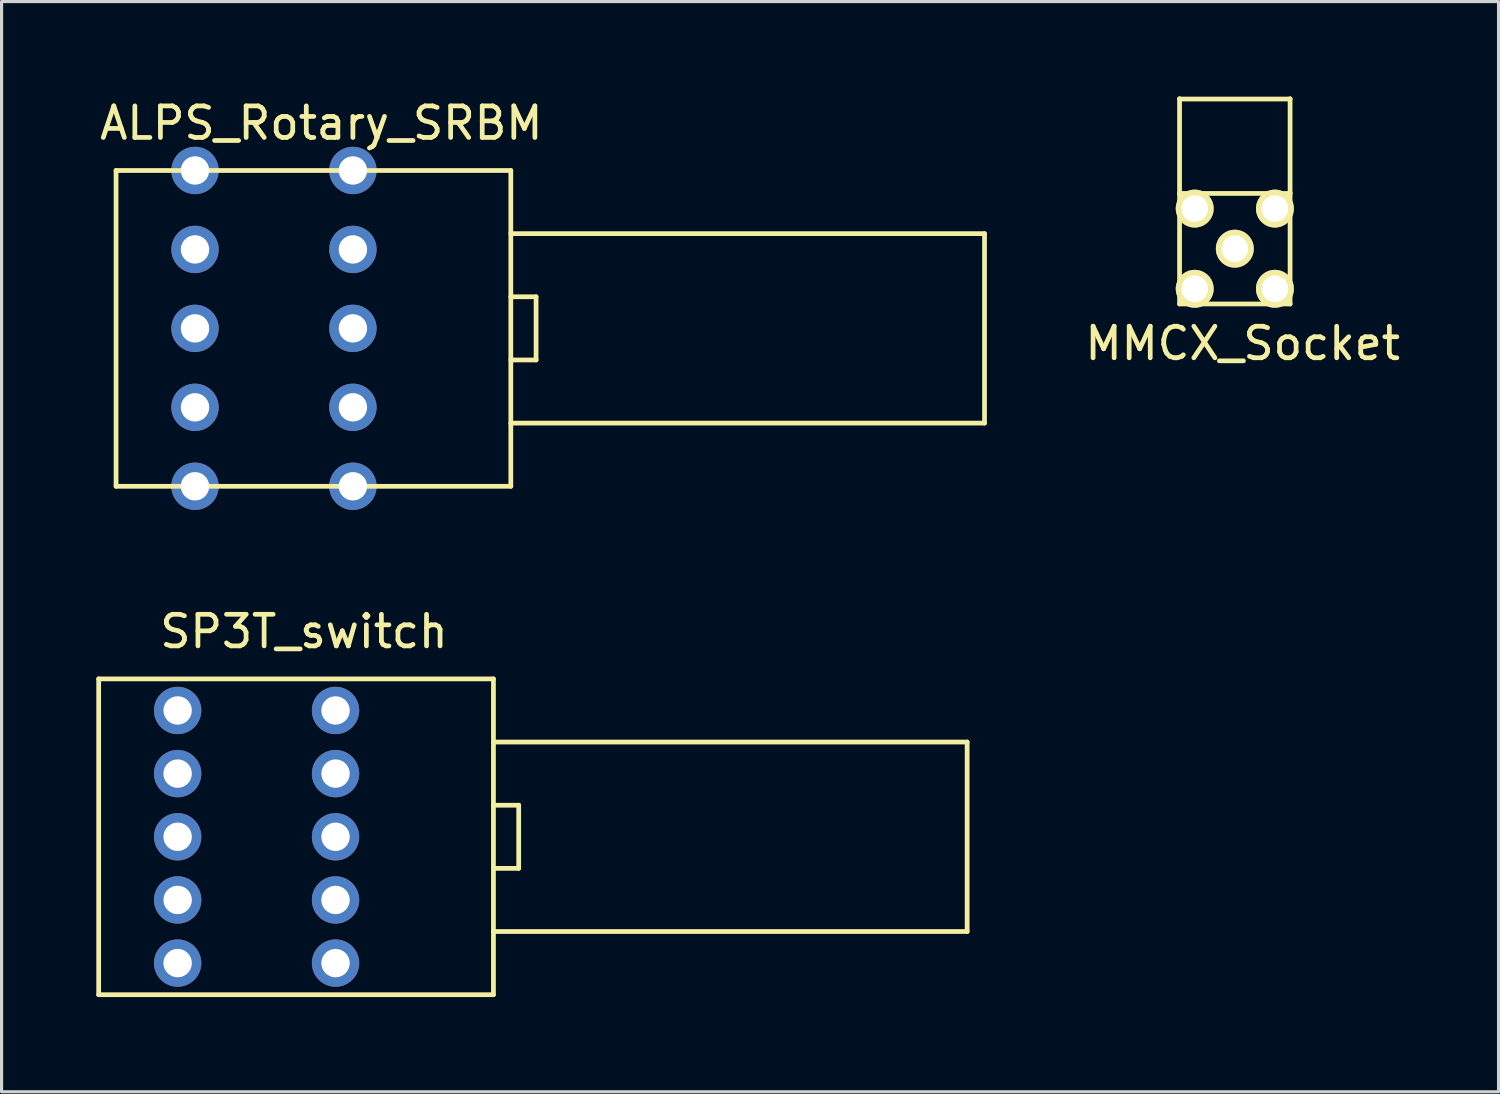
<source format=kicad_pcb>
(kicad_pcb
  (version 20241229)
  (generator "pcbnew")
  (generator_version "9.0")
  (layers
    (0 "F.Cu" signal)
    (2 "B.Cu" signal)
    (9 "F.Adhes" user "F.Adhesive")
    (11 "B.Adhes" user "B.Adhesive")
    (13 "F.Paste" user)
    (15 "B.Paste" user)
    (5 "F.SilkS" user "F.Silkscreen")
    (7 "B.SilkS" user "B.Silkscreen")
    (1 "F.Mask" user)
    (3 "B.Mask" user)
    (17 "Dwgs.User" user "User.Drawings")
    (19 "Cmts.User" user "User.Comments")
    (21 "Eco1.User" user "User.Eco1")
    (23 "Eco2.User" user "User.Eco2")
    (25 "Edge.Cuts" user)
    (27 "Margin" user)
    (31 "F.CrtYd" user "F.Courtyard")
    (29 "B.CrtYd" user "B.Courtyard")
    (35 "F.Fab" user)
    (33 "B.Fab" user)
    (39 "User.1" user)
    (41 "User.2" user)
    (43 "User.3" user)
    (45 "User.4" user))
  (footprint "MMCX_Socket"
    (layer "F.Cu")
    (at 36.051 4.825)
    (property "Reference" "MMCX_Socket" (at 0.25 3 0) (layer "F.SilkS") (effects (font (size 1 1) (thickness 0.15))))
    (attr through_hole)
    (fp_line (start -1.75 -4.75) (end -1.75 -1.75) (stroke (width 0.15) (type solid)) (layer "F.SilkS"))
    (fp_line (start -1.75 -1.75) (end -1.75 1.75) (stroke (width 0.15) (type solid)) (layer "F.SilkS"))
    (fp_line (start -1.75 1.75) (end 1.75 1.75) (stroke (width 0.15) (type solid)) (layer "F.SilkS"))
    (fp_line (start 1.75 -4.75) (end 1.75 -1.75) (stroke (width 0.15) (type solid)) (layer "F.SilkS"))
    (fp_line (start 1.75 -4.74) (end -1.75 -4.74) (stroke (width 0.15) (type solid)) (layer "F.SilkS"))
    (fp_line (start 1.75 -1.75) (end -1.75 -1.75) (stroke (width 0.15) (type solid)) (layer "F.SilkS"))
    (fp_line (start 1.75 1.75) (end 1.75 -1.75) (stroke (width 0.15) (type solid)) (layer "F.SilkS"))
    (pad "1" thru_hole circle (at 0 0) (size 1.2 1.2) (drill 0.84) (layers "*.Cu" "*.Mask" "F.SilkS"))
    (pad "2" thru_hole circle (at -1.27 -1.27) (size 1.2 1.2) (drill 0.84) (layers "*.Cu" "*.Mask" "F.SilkS"))
    (pad "2" thru_hole circle (at -1.27 1.27) (size 1.2 1.2) (drill 0.84) (layers "*.Cu" "*.Mask" "F.SilkS"))
    (pad "2" thru_hole circle (at 1.27 -1.27) (size 1.2 1.2) (drill 0.84) (layers "*.Cu" "*.Mask" "F.SilkS"))
    (pad "2" thru_hole circle (at 1.27 1.27) (size 1.2 1.2) (drill 0.84) (layers "*.Cu" "*.Mask" "F.SilkS")))
  (footprint "ALPS_Rotary_SRBM"
    (layer "F.Cu")
    (at 13.125 7.348)
    (property "Reference" "ALPS_Rotary_SRBM" (at -6 -6.5 0) (layer "F.SilkS") (effects (font (size 1 1) (thickness 0.15))))
    (attr through_hole)
    (fp_line (start -12.5 -5) (end -12.5 5) (stroke (width 0.15) (type solid)) (layer "F.SilkS"))
    (fp_line (start 0 -5) (end -12.5 -5) (stroke (width 0.15) (type solid)) (layer "F.SilkS"))
    (fp_line (start 0 -5) (end 0 5) (stroke (width 0.15) (type solid)) (layer "F.SilkS"))
    (fp_line (start 0 -3) (end 15 -3) (stroke (width 0.15) (type solid)) (layer "F.SilkS"))
    (fp_line (start 0 -1) (end 0.8 -1) (stroke (width 0.15) (type solid)) (layer "F.SilkS"))
    (fp_line (start 0 1) (end 0.8 1) (stroke (width 0.15) (type solid)) (layer "F.SilkS"))
    (fp_line (start 0 3) (end 15 3) (stroke (width 0.15) (type solid)) (layer "F.SilkS"))
    (fp_line (start 0 5) (end -12.5 5) (stroke (width 0.15) (type solid)) (layer "F.SilkS"))
    (fp_line (start 0.8 1) (end 0.8 -1) (stroke (width 0.15) (type solid)) (layer "F.SilkS"))
    (fp_line (start 15 3) (end 15 -3) (stroke (width 0.15) (type solid)) (layer "F.SilkS"))
    (pad "1a" thru_hole circle (at -5 -5) (size 1.5 1.5) (drill 0.9) (layers "*.Cu" "*.Mask"))
    (pad "1b" thru_hole circle (at -10 -5) (size 1.5 1.5) (drill 0.9) (layers "*.Cu" "*.Mask"))
    (pad "2a" thru_hole circle (at -5 -2.5) (size 1.5 1.5) (drill 0.9) (layers "*.Cu" "*.Mask"))
    (pad "2b" thru_hole circle (at -10 -2.5) (size 1.5 1.5) (drill 0.9) (layers "*.Cu" "*.Mask"))
    (pad "3a" thru_hole circle (at -5 0) (size 1.5 1.5) (drill 0.9) (layers "*.Cu" "*.Mask"))
    (pad "3b" thru_hole circle (at -10 0) (size 1.5 1.5) (drill 0.9) (layers "*.Cu" "*.Mask"))
    (pad "4a" thru_hole circle (at -5 2.5) (size 1.5 1.5) (drill 0.9) (layers "*.Cu" "*.Mask"))
    (pad "4b" thru_hole circle (at -10 2.5) (size 1.5 1.5) (drill 0.9) (layers "*.Cu" "*.Mask"))
    (pad "5a" thru_hole circle (at -5 5) (size 1.5 1.5) (drill 0.9) (layers "*.Cu" "*.Mask"))
    (pad "5b" thru_hole circle (at -10 5) (size 1.5 1.5) (drill 0.9) (layers "*.Cu" "*.Mask")))
  (footprint "SP3T_switch"
    (layer "F.Cu")
    (at 2.575 23.447)
    (property "Reference" "SP3T_switch" (at 4 -6.5 0) (layer "F.SilkS") (effects (font (size 1 1) (thickness 0.15))))
    (attr through_hole)
    (fp_line (start -2.5 -5) (end -2.5 5) (stroke (width 0.15) (type solid)) (layer "F.SilkS"))
    (fp_line (start 10 -5) (end -2.5 -5) (stroke (width 0.15) (type solid)) (layer "F.SilkS"))
    (fp_line (start 10 -5) (end 10 5) (stroke (width 0.15) (type solid)) (layer "F.SilkS"))
    (fp_line (start 10 -3) (end 25 -3) (stroke (width 0.15) (type solid)) (layer "F.SilkS"))
    (fp_line (start 10 -1) (end 10.8 -1) (stroke (width 0.15) (type solid)) (layer "F.SilkS"))
    (fp_line (start 10 1) (end 10.8 1) (stroke (width 0.15) (type solid)) (layer "F.SilkS"))
    (fp_line (start 10 3) (end 25 3) (stroke (width 0.15) (type solid)) (layer "F.SilkS"))
    (fp_line (start 10 5) (end -2.5 5) (stroke (width 0.15) (type solid)) (layer "F.SilkS"))
    (fp_line (start 10.8 1) (end 10.8 -1) (stroke (width 0.15) (type solid)) (layer "F.SilkS"))
    (fp_line (start 25 3) (end 25 -3) (stroke (width 0.15) (type solid)) (layer "F.SilkS"))
    (pad "1a" thru_hole circle (at 5 -4) (size 1.5 1.5) (drill 0.9) (layers "*.Cu" "*.Mask"))
    (pad "1b" thru_hole circle (at 0 -4) (size 1.5 1.5) (drill 0.9) (layers "*.Cu" "*.Mask"))
    (pad "2a" thru_hole circle (at 5 -2) (size 1.5 1.5) (drill 0.9) (layers "*.Cu" "*.Mask"))
    (pad "2b" thru_hole circle (at 0 -2) (size 1.5 1.5) (drill 0.9) (layers "*.Cu" "*.Mask"))
    (pad "3a" thru_hole circle (at 5 0) (size 1.5 1.5) (drill 0.9) (layers "*.Cu" "*.Mask"))
    (pad "3b" thru_hole circle (at 0 0) (size 1.5 1.5) (drill 0.9) (layers "*.Cu" "*.Mask"))
    (pad "4a" thru_hole circle (at 5 2) (size 1.5 1.5) (drill 0.9) (layers "*.Cu" "*.Mask"))
    (pad "4b" thru_hole circle (at 0 2) (size 1.5 1.5) (drill 0.9) (layers "*.Cu" "*.Mask"))
    (pad "5a" thru_hole circle (at 5 4) (size 1.5 1.5) (drill 0.9) (layers "*.Cu" "*.Mask"))
    (pad "5b" thru_hole circle (at 0 4) (size 1.5 1.5) (drill 0.9) (layers "*.Cu" "*.Mask")))
  (gr_rect
    (start -3 -3)
    (end 44.402 31.521)
    (stroke (width 0.1) (type default))
    (fill no)
    (layer "Edge.Cuts")))
</source>
